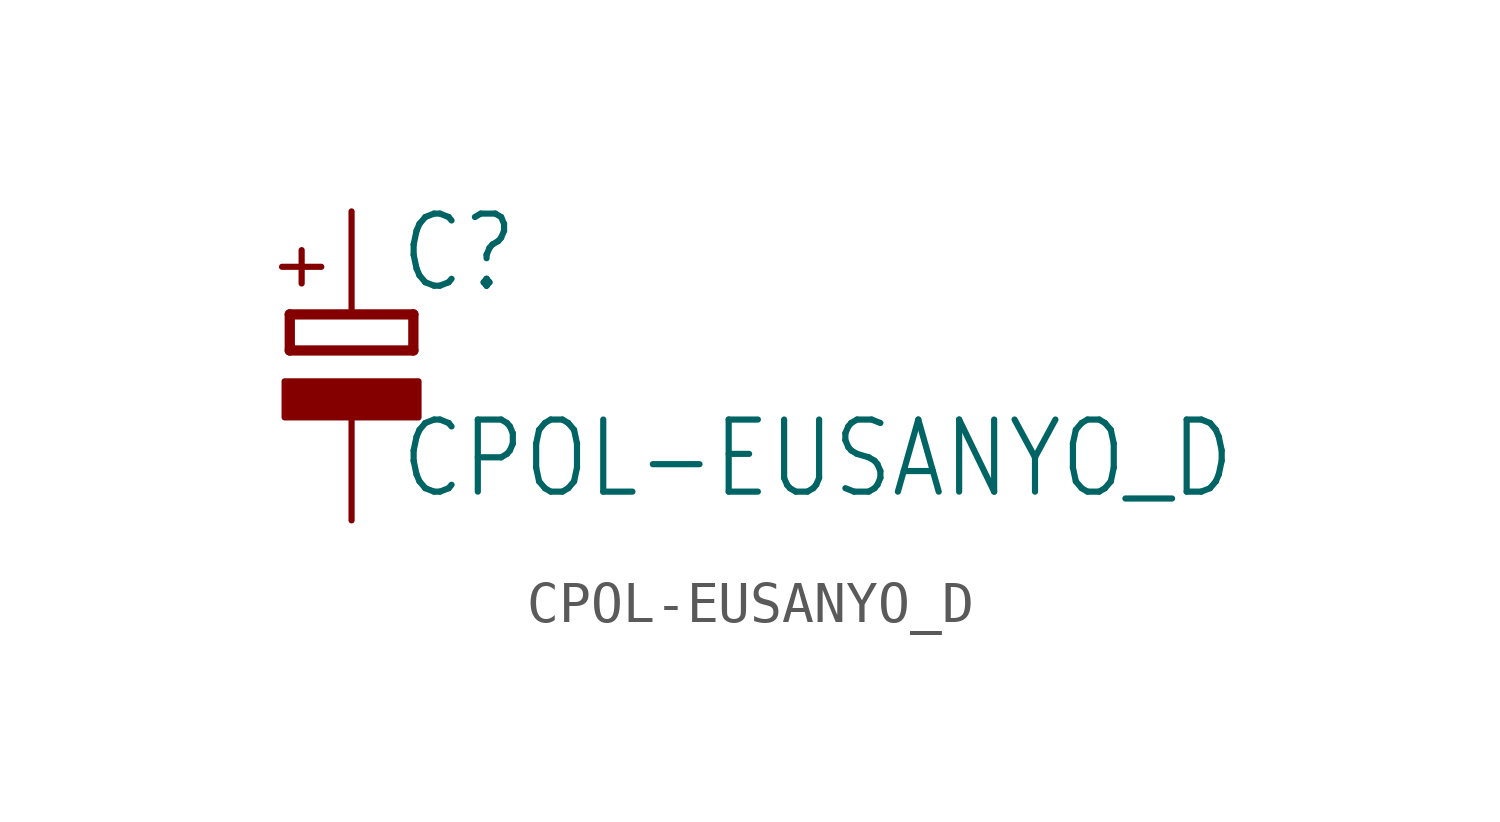
<source format=kicad_sym>
(kicad_symbol_lib
  (version 20210619)
  (generator kicad_symbol_editor)
  (symbol "CPOL-EUSANYO_D"
    (property "Reference" "C"
      (at 1.143 0.483 0)
      (effects (font (size 1.778 1.511)) (justify left bottom)))
    (property "Value" "CPOL-EUSANYO_D"
      (at 1.143 -4.597 0)
      (effects (font (size 1.778 1.511)) (justify left bottom)))
    (property "ki_locked" ""
      (at 0 0 0)
      (effects (font (size 1.27 1.27))))
    (symbol "CPOL-EUSANYO_D_1_0"
      (text "+" (at -0.584 0.406 900) (effects (font (size 1.27 1.079)) (justify left bottom)))
      (rectangle (start -1.651 -2.54) (end 1.651 -1.651) (stroke (width 0)) (fill (type outline)))
      (polyline (pts (xy -1.524 -0.889) (xy 1.524 -0.889)) (stroke (width 0.254)) (fill (type none)))
      (polyline (pts (xy -1.524 0) (xy -1.524 -0.889)) (stroke (width 0.254)) (fill (type none)))
      (polyline (pts (xy -1.524 0) (xy 1.524 0)) (stroke (width 0.254)) (fill (type none)))
      (polyline (pts (xy 1.524 -0.889) (xy 1.524 0)) (stroke (width 0.254)) (fill (type none)))
      (pin passive line (at 0 2.54 270) (length 2.54) (name "+" (effects (font (size 0 0)))) (number "+" (effects (font (size 0 0)))))
      (pin passive line (at 0 -5.08 90) (length 2.54) (name "-" (effects (font (size 0 0)))) (number "-" (effects (font (size 0 0))))))))
</source>
